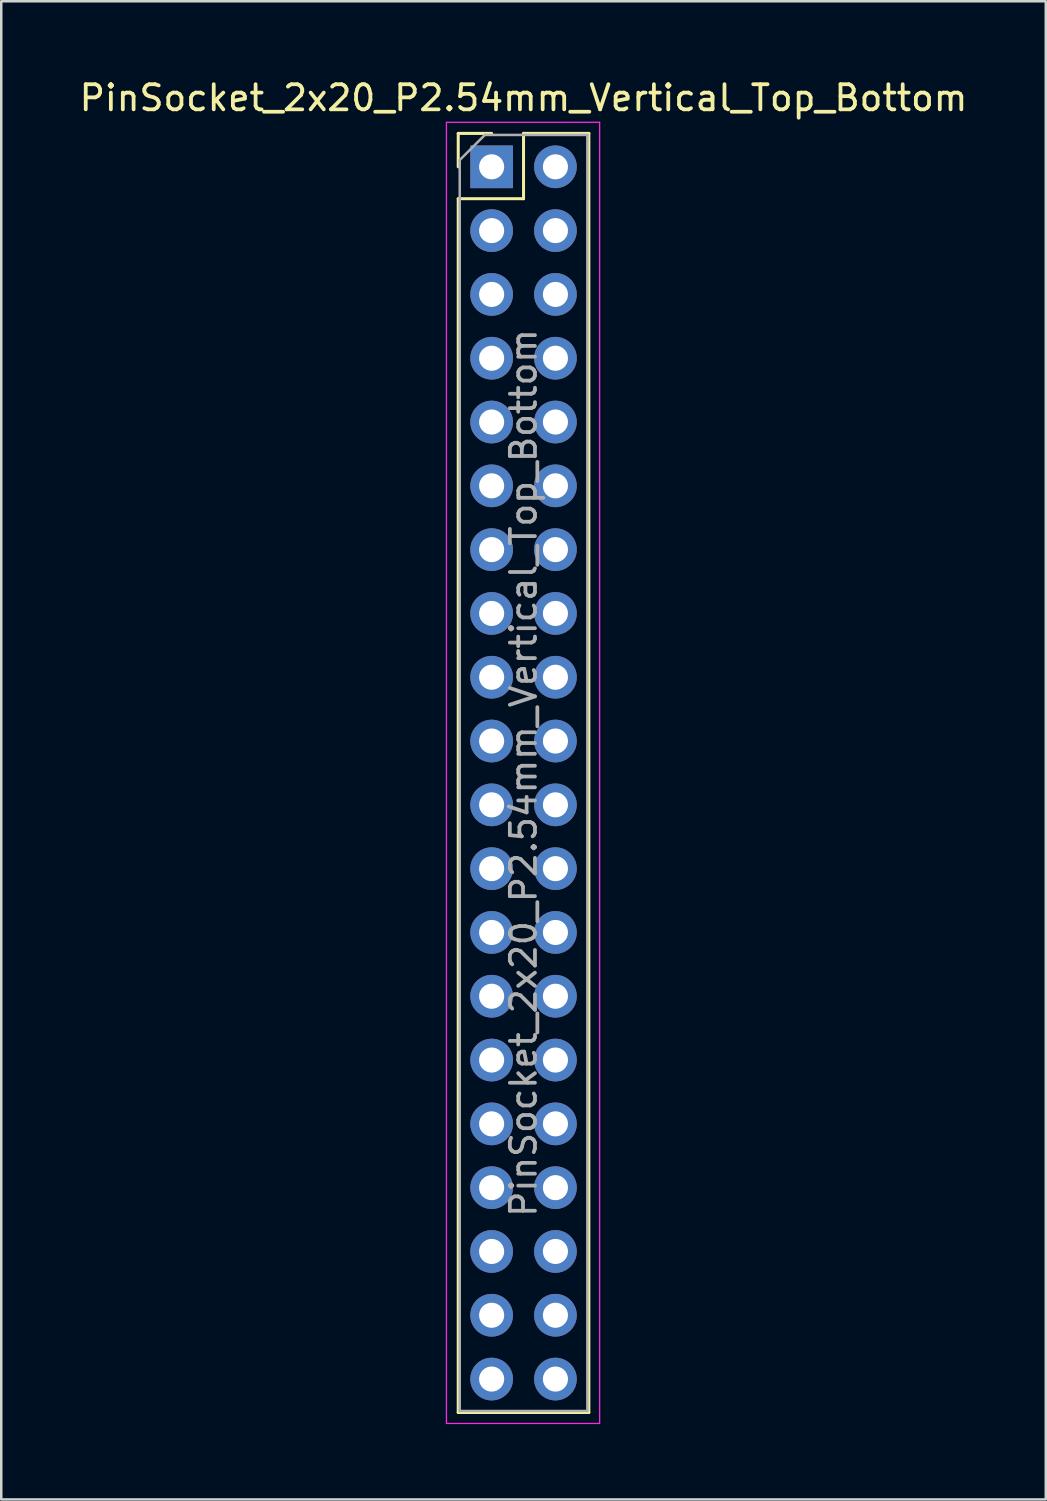
<source format=kicad_pcb>
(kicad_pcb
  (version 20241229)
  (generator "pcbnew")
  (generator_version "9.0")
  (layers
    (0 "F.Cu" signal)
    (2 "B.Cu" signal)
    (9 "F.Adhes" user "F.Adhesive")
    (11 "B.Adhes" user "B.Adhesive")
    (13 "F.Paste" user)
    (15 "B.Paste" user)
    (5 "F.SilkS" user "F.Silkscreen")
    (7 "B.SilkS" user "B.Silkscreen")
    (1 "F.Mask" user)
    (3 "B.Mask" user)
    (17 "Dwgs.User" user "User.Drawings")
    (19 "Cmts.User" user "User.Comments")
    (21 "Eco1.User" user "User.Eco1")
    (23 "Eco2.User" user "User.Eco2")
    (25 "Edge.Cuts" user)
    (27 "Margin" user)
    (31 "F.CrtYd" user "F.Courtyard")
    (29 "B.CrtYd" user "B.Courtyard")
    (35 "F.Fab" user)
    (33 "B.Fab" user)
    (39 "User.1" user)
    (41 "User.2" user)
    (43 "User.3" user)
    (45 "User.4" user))
  (footprint "PinSocket_2x20_P2.54mm_Vertical_Top_Bottom"
    (layer "F.Cu")
    (at 19.062 3.618)
    (property "Reference" "PinSocket_2x20_P2.54mm_Vertical_Top_Bottom" (at -1.27 -2.77 0) (layer "F.SilkS") (effects (font (size 1 1) (thickness 0.15))))
    (attr through_hole)
    (fp_line (start -3.87 -1.357) (end -3.87 -0.027) (stroke (width 0.12) (type solid)) (layer "F.SilkS"))
    (fp_line (start -3.87 1.243) (end -3.87 49.563) (stroke (width 0.12) (type solid)) (layer "F.SilkS"))
    (fp_line (start -2.54 -1.357) (end -3.87 -1.357) (stroke (width 0.12) (type solid)) (layer "F.SilkS"))
    (fp_line (start -1.27 -1.357) (end -1.27 1.243) (stroke (width 0.12) (type solid)) (layer "F.SilkS"))
    (fp_line (start -1.27 1.243) (end -3.87 1.243) (stroke (width 0.12) (type solid)) (layer "F.SilkS"))
    (fp_line (start 1.33 -1.357) (end -1.27 -1.357) (stroke (width 0.12) (type solid)) (layer "F.SilkS"))
    (fp_line (start 1.33 -1.357) (end 1.33 49.563) (stroke (width 0.12) (type solid)) (layer "F.SilkS"))
    (fp_line (start 1.33 49.563) (end -3.87 49.563) (stroke (width 0.12) (type solid)) (layer "F.SilkS"))
    (fp_line (start -4.34 -1.8) (end 1.76 -1.8) (stroke (width 0.05) (type solid)) (layer "F.CrtYd"))
    (fp_line (start -4.34 50) (end -4.34 -1.8) (stroke (width 0.05) (type solid)) (layer "F.CrtYd"))
    (fp_line (start 1.76 -1.8) (end 1.76 50) (stroke (width 0.05) (type solid)) (layer "F.CrtYd"))
    (fp_line (start 1.76 50) (end -4.34 50) (stroke (width 0.05) (type solid)) (layer "F.CrtYd"))
    (fp_line (start -3.81 -0.297) (end -3.81 49.503) (stroke (width 0.1) (type solid)) (layer "F.Fab"))
    (fp_line (start -3.81 49.503) (end 1.27 49.503) (stroke (width 0.1) (type solid)) (layer "F.Fab"))
    (fp_line (start -2.81 -1.297) (end -3.81 -0.297) (stroke (width 0.1) (type solid)) (layer "F.Fab"))
    (fp_line (start 1.27 -1.297) (end -2.81 -1.297) (stroke (width 0.1) (type solid)) (layer "F.Fab"))
    (fp_line (start 1.27 49.503) (end 1.27 -1.297) (stroke (width 0.1) (type solid)) (layer "F.Fab"))
    (fp_text user "${REFERENCE}" (at -1.27 24.103 90) (layer "F.Fab") (effects (font (size 1 1) (thickness 0.15))))
    (pad "1" thru_hole rect (at -2.54 -0.027) (size 1.7 1.7) (drill 1) (layers "*.Cu" "*.Mask"))
    (pad "2" thru_hole oval (at -2.54 2.513) (size 1.7 1.7) (drill 1) (layers "*.Cu" "*.Mask"))
    (pad "3" thru_hole oval (at -2.54 5.053) (size 1.7 1.7) (drill 1) (layers "*.Cu" "*.Mask"))
    (pad "4" thru_hole oval (at -2.54 7.593) (size 1.7 1.7) (drill 1) (layers "*.Cu" "*.Mask"))
    (pad "5" thru_hole oval (at -2.54 10.133) (size 1.7 1.7) (drill 1) (layers "*.Cu" "*.Mask"))
    (pad "6" thru_hole oval (at -2.54 12.673) (size 1.7 1.7) (drill 1) (layers "*.Cu" "*.Mask"))
    (pad "7" thru_hole oval (at -2.54 15.213) (size 1.7 1.7) (drill 1) (layers "*.Cu" "*.Mask"))
    (pad "8" thru_hole oval (at -2.54 17.753) (size 1.7 1.7) (drill 1) (layers "*.Cu" "*.Mask"))
    (pad "9" thru_hole oval (at -2.54 20.293) (size 1.7 1.7) (drill 1) (layers "*.Cu" "*.Mask"))
    (pad "10" thru_hole oval (at -2.54 22.833) (size 1.7 1.7) (drill 1) (layers "*.Cu" "*.Mask"))
    (pad "11" thru_hole oval (at -2.54 25.373) (size 1.7 1.7) (drill 1) (layers "*.Cu" "*.Mask"))
    (pad "12" thru_hole oval (at -2.54 27.913) (size 1.7 1.7) (drill 1) (layers "*.Cu" "*.Mask"))
    (pad "13" thru_hole oval (at -2.54 30.453) (size 1.7 1.7) (drill 1) (layers "*.Cu" "*.Mask"))
    (pad "14" thru_hole oval (at -2.54 32.993) (size 1.7 1.7) (drill 1) (layers "*.Cu" "*.Mask"))
    (pad "15" thru_hole oval (at -2.54 35.533) (size 1.7 1.7) (drill 1) (layers "*.Cu" "*.Mask"))
    (pad "16" thru_hole oval (at -2.54 38.073) (size 1.7 1.7) (drill 1) (layers "*.Cu" "*.Mask"))
    (pad "17" thru_hole oval (at -2.54 40.613) (size 1.7 1.7) (drill 1) (layers "*.Cu" "*.Mask"))
    (pad "18" thru_hole oval (at -2.54 43.153) (size 1.7 1.7) (drill 1) (layers "*.Cu" "*.Mask"))
    (pad "19" thru_hole oval (at -2.54 45.693) (size 1.7 1.7) (drill 1) (layers "*.Cu" "*.Mask"))
    (pad "20" thru_hole oval (at -2.54 48.233) (size 1.7 1.7) (drill 1) (layers "*.Cu" "*.Mask"))
    (pad "21" thru_hole oval (at 0 -0.027) (size 1.7 1.7) (drill 1) (layers "*.Cu" "*.Mask"))
    (pad "22" thru_hole oval (at 0 2.513) (size 1.7 1.7) (drill 1) (layers "*.Cu" "*.Mask"))
    (pad "23" thru_hole oval (at 0 5.053) (size 1.7 1.7) (drill 1) (layers "*.Cu" "*.Mask"))
    (pad "24" thru_hole oval (at 0 7.593) (size 1.7 1.7) (drill 1) (layers "*.Cu" "*.Mask"))
    (pad "25" thru_hole oval (at 0 10.133) (size 1.7 1.7) (drill 1) (layers "*.Cu" "*.Mask"))
    (pad "26" thru_hole oval (at 0 12.673) (size 1.7 1.7) (drill 1) (layers "*.Cu" "*.Mask"))
    (pad "27" thru_hole oval (at 0 15.213) (size 1.7 1.7) (drill 1) (layers "*.Cu" "*.Mask"))
    (pad "28" thru_hole oval (at 0 17.753) (size 1.7 1.7) (drill 1) (layers "*.Cu" "*.Mask"))
    (pad "29" thru_hole oval (at 0 20.293) (size 1.7 1.7) (drill 1) (layers "*.Cu" "*.Mask"))
    (pad "30" thru_hole oval (at 0 22.833) (size 1.7 1.7) (drill 1) (layers "*.Cu" "*.Mask"))
    (pad "31" thru_hole oval (at 0 25.373) (size 1.7 1.7) (drill 1) (layers "*.Cu" "*.Mask"))
    (pad "32" thru_hole oval (at 0 27.913) (size 1.7 1.7) (drill 1) (layers "*.Cu" "*.Mask"))
    (pad "33" thru_hole oval (at 0 30.453) (size 1.7 1.7) (drill 1) (layers "*.Cu" "*.Mask"))
    (pad "34" thru_hole oval (at 0 32.993) (size 1.7 1.7) (drill 1) (layers "*.Cu" "*.Mask"))
    (pad "35" thru_hole oval (at 0 35.533) (size 1.7 1.7) (drill 1) (layers "*.Cu" "*.Mask"))
    (pad "36" thru_hole oval (at 0 38.073) (size 1.7 1.7) (drill 1) (layers "*.Cu" "*.Mask"))
    (pad "37" thru_hole oval (at 0 40.613) (size 1.7 1.7) (drill 1) (layers "*.Cu" "*.Mask"))
    (pad "38" thru_hole oval (at 0 43.153) (size 1.7 1.7) (drill 1) (layers "*.Cu" "*.Mask"))
    (pad "39" thru_hole oval (at 0 45.693) (size 1.7 1.7) (drill 1) (layers "*.Cu" "*.Mask"))
    (pad "40" thru_hole oval (at 0 48.233) (size 1.7 1.7) (drill 1) (layers "*.Cu" "*.Mask")))
  (gr_rect
    (start -3 -3)
    (end 38.583 56.643)
    (stroke (width 0.1) (type default))
    (fill no)
    (layer "Edge.Cuts")))
</source>
